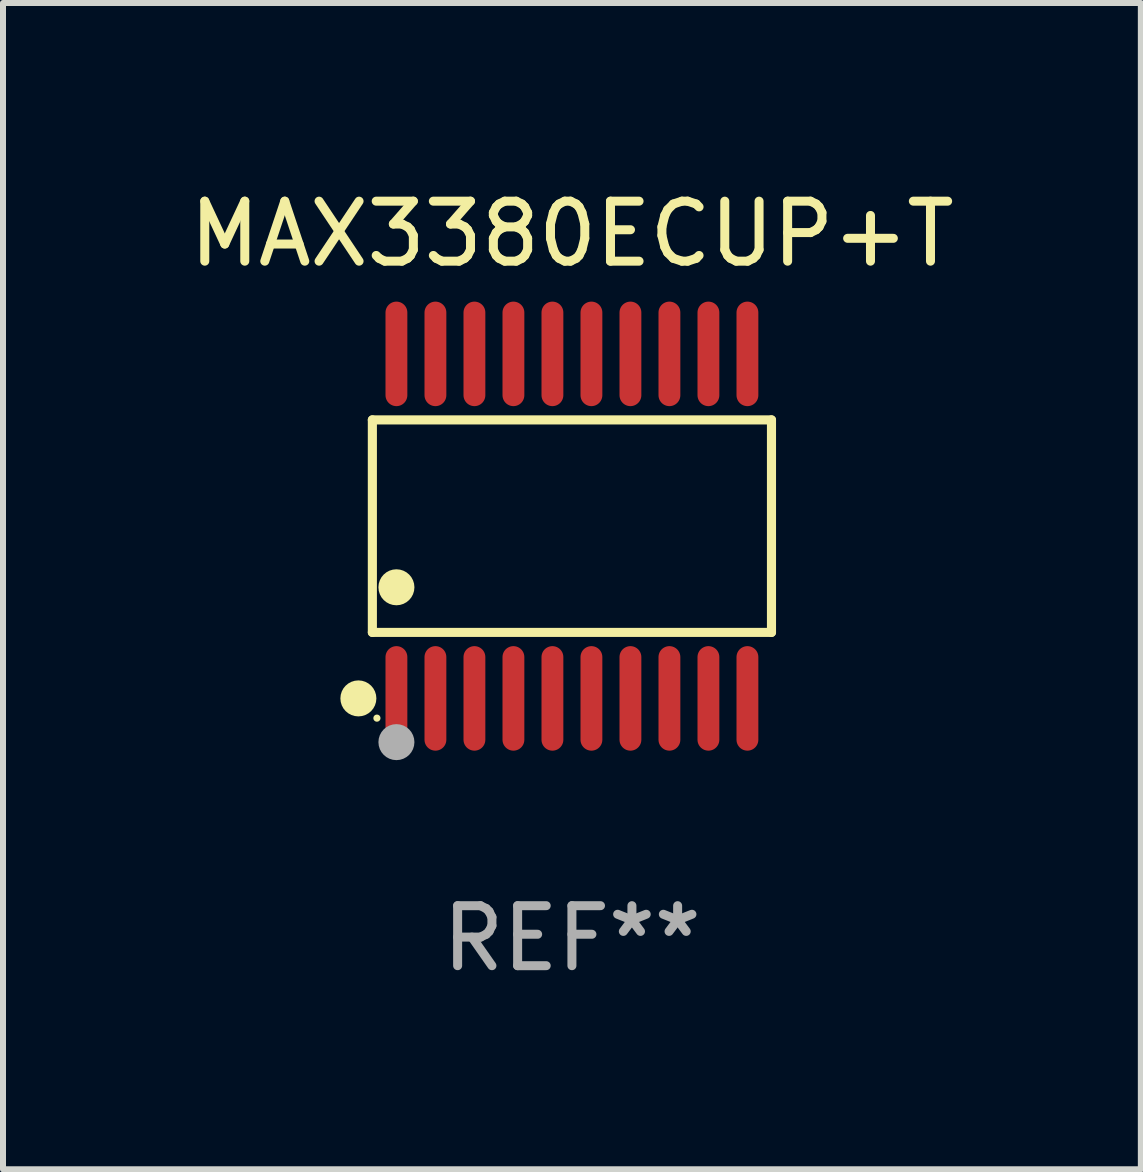
<source format=kicad_pcb>
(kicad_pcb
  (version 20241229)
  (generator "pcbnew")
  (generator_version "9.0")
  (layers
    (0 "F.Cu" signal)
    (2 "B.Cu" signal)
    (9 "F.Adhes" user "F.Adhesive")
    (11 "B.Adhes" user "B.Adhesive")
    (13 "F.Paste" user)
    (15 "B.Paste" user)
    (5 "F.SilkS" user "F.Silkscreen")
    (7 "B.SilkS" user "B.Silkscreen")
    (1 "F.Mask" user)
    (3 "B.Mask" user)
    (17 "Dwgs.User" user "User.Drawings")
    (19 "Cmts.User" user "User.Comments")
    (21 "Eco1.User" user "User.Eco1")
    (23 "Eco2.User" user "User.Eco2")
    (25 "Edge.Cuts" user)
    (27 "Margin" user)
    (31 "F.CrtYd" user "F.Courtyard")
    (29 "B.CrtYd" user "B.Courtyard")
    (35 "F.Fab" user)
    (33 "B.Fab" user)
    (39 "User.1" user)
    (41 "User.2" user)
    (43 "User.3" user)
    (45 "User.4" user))
  (footprint "MAX3380ECUP+T"
    (layer "F.Cu")
    (at 6.482 5.719)
    (property "Reference" "MAX3380ECUP+T" (at 0 -4.871 0) (layer "F.SilkS") (effects (font (size 1 1) (thickness 0.15))))
    (attr through_hole)
    (fp_line (start -3.326 -1.771) (end 3.326 -1.771) (stroke (width 0.152) (type solid)) (layer "F.SilkS"))
    (fp_line (start -3.326 1.771) (end -3.326 -1.771) (stroke (width 0.152) (type solid)) (layer "F.SilkS"))
    (fp_line (start 3.326 -1.771) (end 3.326 1.771) (stroke (width 0.152) (type solid)) (layer "F.SilkS"))
    (fp_line (start 3.326 1.771) (end -3.326 1.771) (stroke (width 0.152) (type solid)) (layer "F.SilkS"))
    (fp_circle (center -3.559 2.871) (end -3.409 2.871) (stroke (width 0.3) (type solid)) (fill no) (layer "F.SilkS"))
    (fp_circle (center -3.25 3.2) (end -3.22 3.2) (stroke (width 0.06) (type solid)) (fill no) (layer "F.SilkS"))
    (fp_circle (center -2.925 1.019) (end -2.775 1.019) (stroke (width 0.3) (type solid)) (fill no) (layer "F.SilkS"))
    (fp_circle (center -2.925 3.6) (end -2.775 3.6) (stroke (width 0.3) (type solid)) (fill no) (layer "F.Fab"))
    (fp_text user "REF**" (at 0 6.871 0) (layer "F.Fab") (effects (font (size 1 1) (thickness 0.15))))
    (pad "1" smd oval (at -2.925 2.871) (size 0.364 1.742) (layers "F.Cu" "F.Mask" "F.Paste"))
    (pad "2" smd oval (at -2.275 2.871) (size 0.364 1.742) (layers "F.Cu" "F.Mask" "F.Paste"))
    (pad "3" smd oval (at -1.625 2.871) (size 0.364 1.742) (layers "F.Cu" "F.Mask" "F.Paste"))
    (pad "4" smd oval (at -0.975 2.871) (size 0.364 1.742) (layers "F.Cu" "F.Mask" "F.Paste"))
    (pad "5" smd oval (at -0.325 2.871) (size 0.364 1.742) (layers "F.Cu" "F.Mask" "F.Paste"))
    (pad "6" smd oval (at 0.325 2.871) (size 0.364 1.742) (layers "F.Cu" "F.Mask" "F.Paste"))
    (pad "7" smd oval (at 0.975 2.871) (size 0.364 1.742) (layers "F.Cu" "F.Mask" "F.Paste"))
    (pad "8" smd oval (at 1.625 2.871) (size 0.364 1.742) (layers "F.Cu" "F.Mask" "F.Paste"))
    (pad "9" smd oval (at 2.275 2.871) (size 0.364 1.742) (layers "F.Cu" "F.Mask" "F.Paste"))
    (pad "10" smd oval (at 2.925 2.871) (size 0.364 1.742) (layers "F.Cu" "F.Mask" "F.Paste"))
    (pad "11" smd oval (at 2.925 -2.871) (size 0.364 1.742) (layers "F.Cu" "F.Mask" "F.Paste"))
    (pad "12" smd oval (at 2.275 -2.871) (size 0.364 1.742) (layers "F.Cu" "F.Mask" "F.Paste"))
    (pad "13" smd oval (at 1.625 -2.871) (size 0.364 1.742) (layers "F.Cu" "F.Mask" "F.Paste"))
    (pad "14" smd oval (at 0.975 -2.871) (size 0.364 1.742) (layers "F.Cu" "F.Mask" "F.Paste"))
    (pad "15" smd oval (at 0.325 -2.871) (size 0.364 1.742) (layers "F.Cu" "F.Mask" "F.Paste"))
    (pad "16" smd oval (at -0.325 -2.871) (size 0.364 1.742) (layers "F.Cu" "F.Mask" "F.Paste"))
    (pad "17" smd oval (at -0.975 -2.871) (size 0.364 1.742) (layers "F.Cu" "F.Mask" "F.Paste"))
    (pad "18" smd oval (at -1.625 -2.871) (size 0.364 1.742) (layers "F.Cu" "F.Mask" "F.Paste"))
    (pad "19" smd oval (at -2.275 -2.871) (size 0.364 1.742) (layers "F.Cu" "F.Mask" "F.Paste"))
    (pad "20" smd oval (at -2.925 -2.871) (size 0.364 1.742) (layers "F.Cu" "F.Mask" "F.Paste")))
  (gr_rect
    (start -3 -3)
    (end 15.964 16.438)
    (stroke (width 0.1) (type default))
    (fill no)
    (layer "Edge.Cuts")))
</source>
